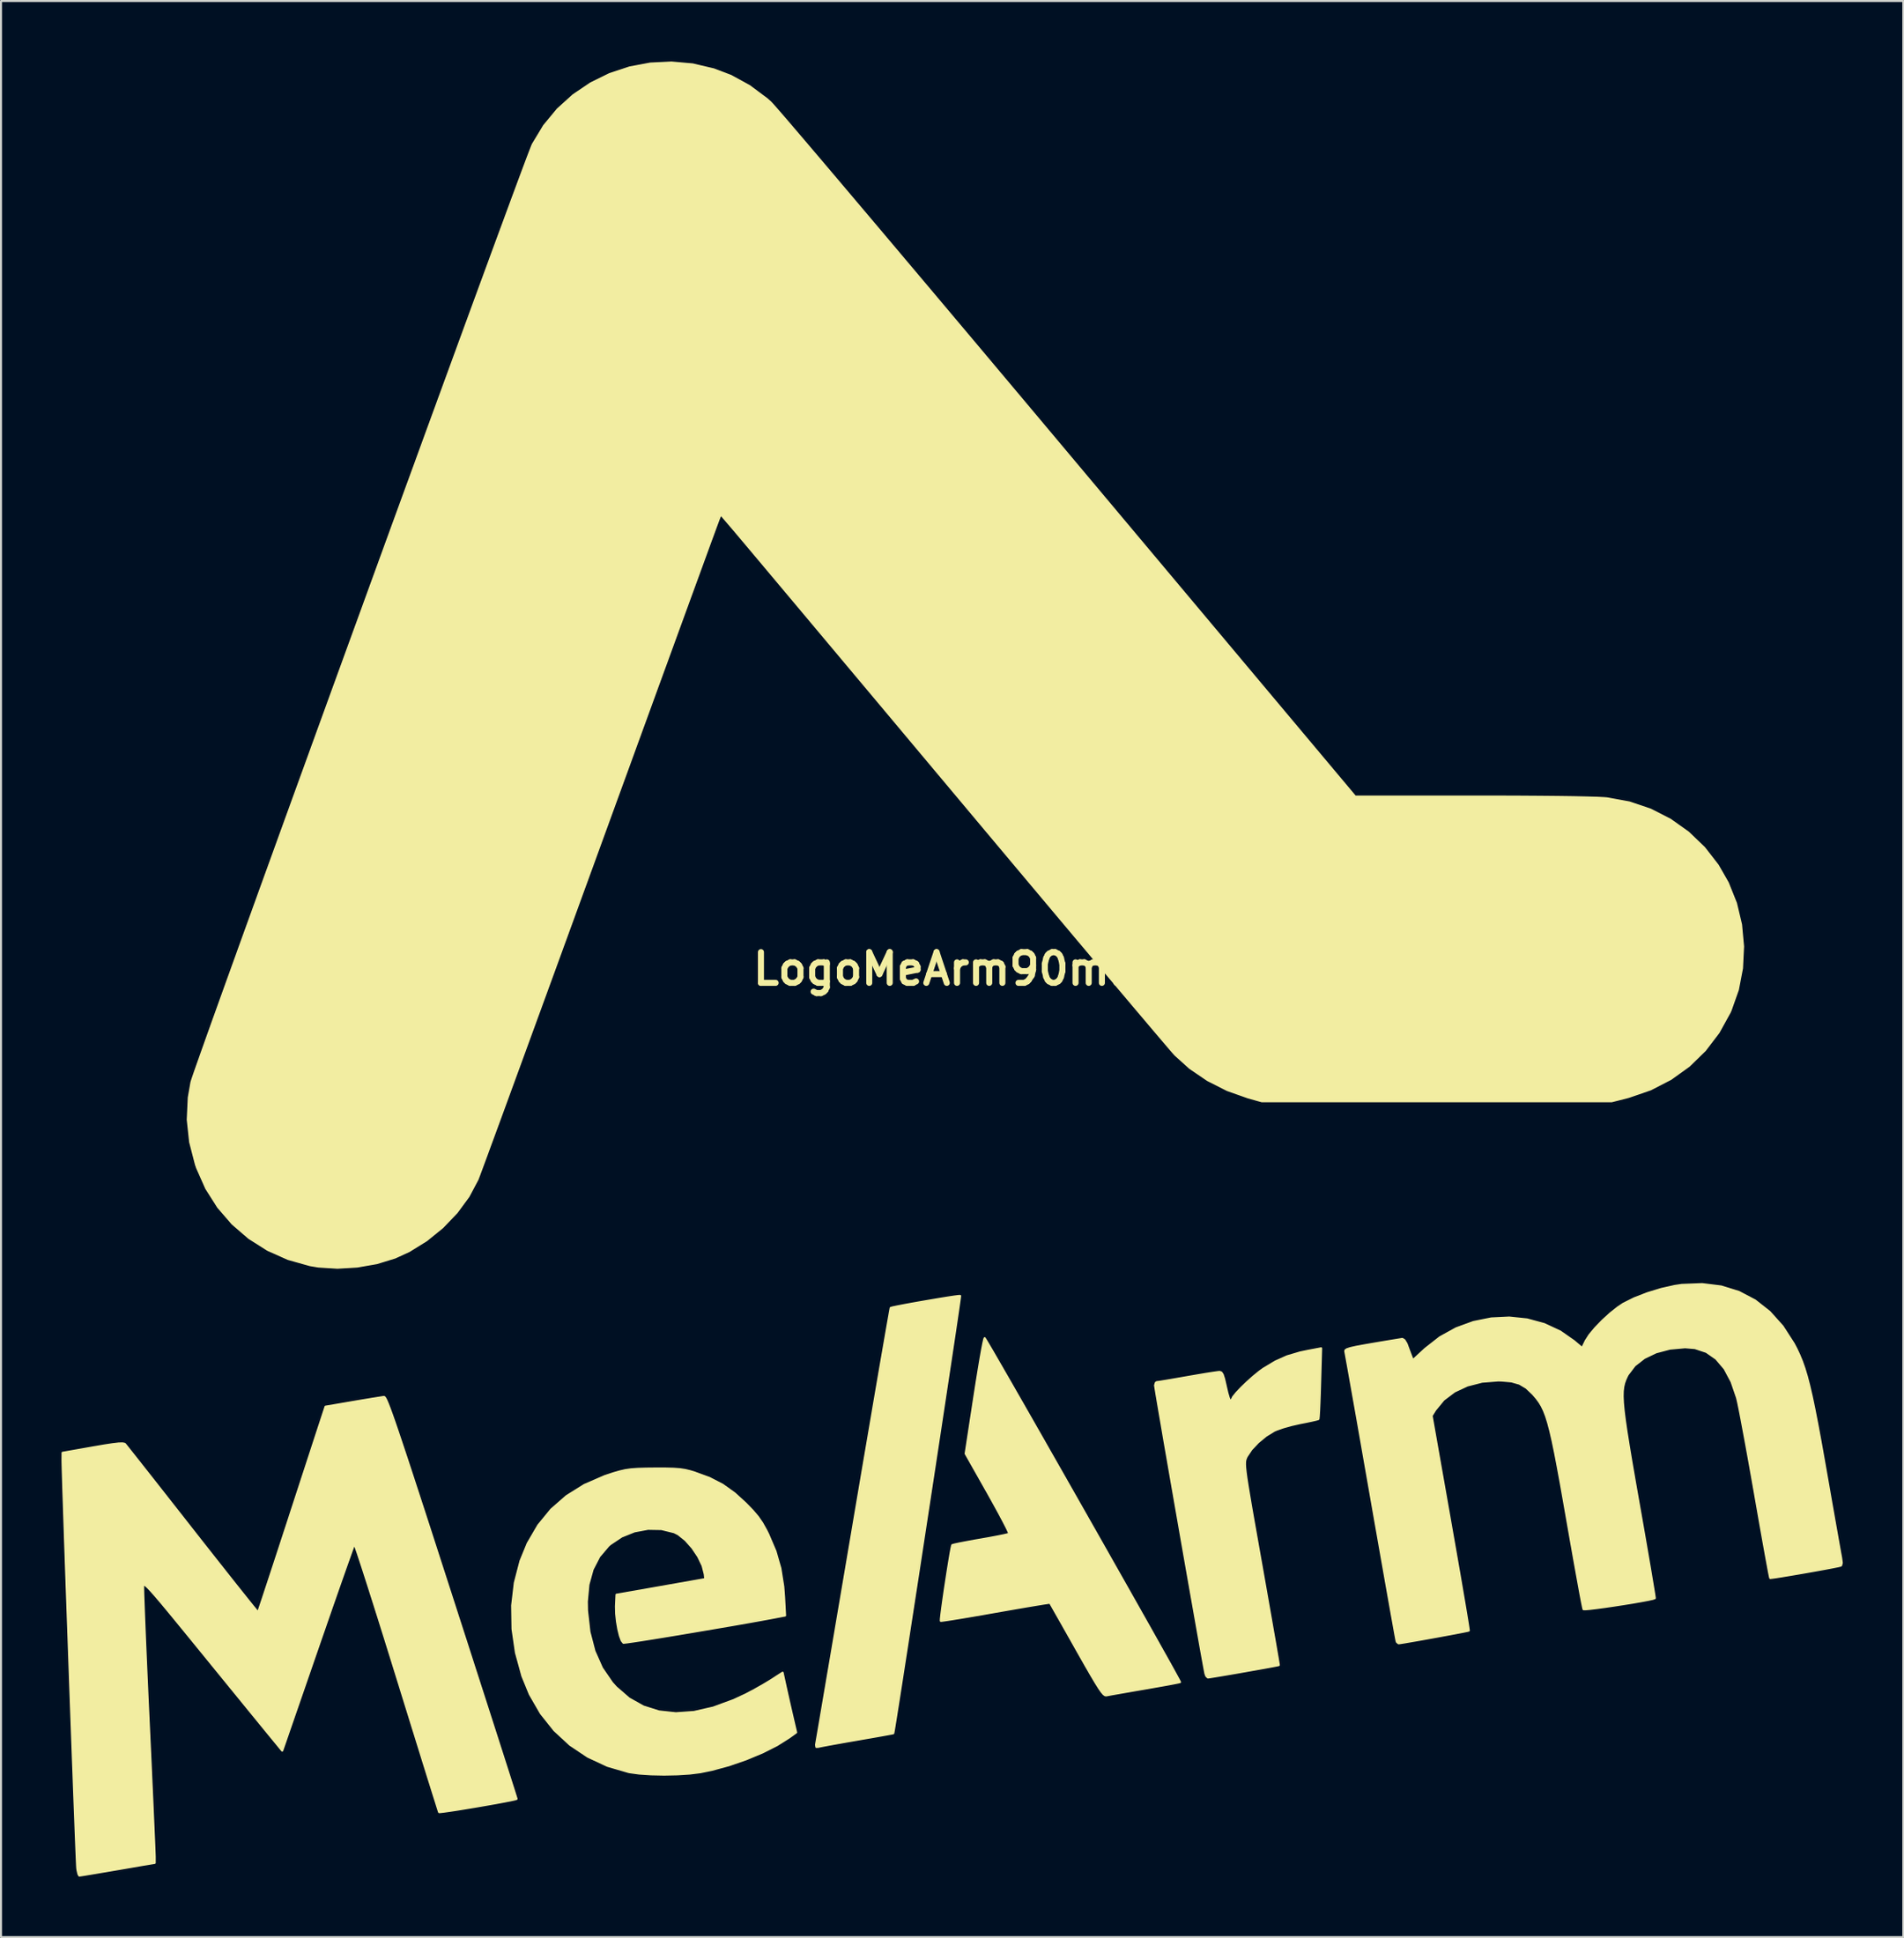
<source format=kicad_pcb>
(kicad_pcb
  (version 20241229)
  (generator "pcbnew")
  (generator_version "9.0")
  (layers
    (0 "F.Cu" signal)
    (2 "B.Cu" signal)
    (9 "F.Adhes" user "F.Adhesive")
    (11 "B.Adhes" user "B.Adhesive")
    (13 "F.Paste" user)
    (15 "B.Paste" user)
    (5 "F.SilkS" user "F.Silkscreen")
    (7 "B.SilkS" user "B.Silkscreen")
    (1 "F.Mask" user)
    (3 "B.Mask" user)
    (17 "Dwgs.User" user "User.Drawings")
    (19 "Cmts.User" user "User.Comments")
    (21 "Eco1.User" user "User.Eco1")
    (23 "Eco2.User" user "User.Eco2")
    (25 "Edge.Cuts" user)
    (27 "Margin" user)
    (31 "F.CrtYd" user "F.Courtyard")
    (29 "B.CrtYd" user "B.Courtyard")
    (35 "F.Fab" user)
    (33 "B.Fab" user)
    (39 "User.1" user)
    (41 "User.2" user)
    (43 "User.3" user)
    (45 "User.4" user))
  (footprint "LogoMeArm90mm"
    (layer "F.Cu")
    (at 44.164 45)
    (property "Reference" "LogoMeArm90mm" (at 0 0 0) (layer "F.SilkS") (effects (font (size 1.524 1.524) (thickness 0.3))))
    (attr through_hole)
    (fp_poly (pts (xy 0.408 16.213) (xy 0.399 16.298) (xy 0.366 16.538) (xy 0.311 16.922) (xy 0.235 17.437) (xy 0.141 18.071) (xy 0.03 18.813) (xy -0.096 19.649) (xy -0.235 20.569) (xy -0.385 21.56) (xy -0.544 22.61) (xy -0.711 23.707) (xy -0.883 24.839) (xy -1.059 25.994) (xy -1.237 27.16) (xy -1.416 28.325) (xy -1.592 29.476) (xy -1.765 30.603) (xy -1.933 31.693) (xy -2.093 32.733) (xy -2.244 33.713) (xy -2.385 34.619) (xy -2.512 35.439) (xy -2.625 36.163) (xy -2.722 36.777) (xy -2.8 37.27) (xy -2.858 37.629) (xy -2.895 37.844) (xy -2.907 37.902) (xy -2.99 37.92) (xy -3.217 37.962) (xy -3.561 38.024) (xy -3.999 38.102) (xy -4.505 38.19) (xy -4.699 38.224) (xy -5.235 38.317) (xy -5.72 38.403) (xy -6.127 38.477) (xy -6.43 38.534) (xy -6.602 38.569) (xy -6.624 38.575) (xy -6.724 38.579) (xy -6.74 38.478) (xy -6.725 38.381) (xy -6.705 38.269) (xy -6.658 38) (xy -6.587 37.585) (xy -6.493 37.034) (xy -6.378 36.356) (xy -6.243 35.562) (xy -6.09 34.663) (xy -5.92 33.667) (xy -5.737 32.587) (xy -5.54 31.431) (xy -5.333 30.21) (xy -5.117 28.935) (xy -4.893 27.614) (xy -4.872 27.491) (xy -4.648 26.171) (xy -4.432 24.898) (xy -4.225 23.682) (xy -4.028 22.532) (xy -3.845 21.458) (xy -3.676 20.471) (xy -3.523 19.58) (xy -3.387 18.795) (xy -3.271 18.126) (xy -3.177 17.584) (xy -3.105 17.177) (xy -3.058 16.916) (xy -3.037 16.811) (xy -3.036 16.809) (xy -2.943 16.782) (xy -2.714 16.734) (xy -2.381 16.669) (xy -1.974 16.594) (xy -1.522 16.514) (xy -1.057 16.434) (xy -0.609 16.358) (xy -0.208 16.293) (xy 0.116 16.244) (xy 0.331 16.216) (xy 0.408 16.213)) (stroke (width 0.1) (type solid)) (fill yes) (layer "F.SilkS"))
    (fp_poly (pts (xy 11.315 35.365) (xy 11.226 35.387) (xy 10.996 35.433) (xy 10.649 35.498) (xy 10.211 35.576) (xy 9.706 35.665) (xy 9.559 35.69) (xy 9.029 35.781) (xy 8.547 35.865) (xy 8.143 35.936) (xy 7.843 35.989) (xy 7.675 36.021) (xy 7.659 36.024) (xy 7.601 36.018) (xy 7.528 35.968) (xy 7.432 35.858) (xy 7.303 35.674) (xy 7.133 35.403) (xy 6.91 35.029) (xy 6.627 34.539) (xy 6.274 33.917) (xy 6.184 33.758) (xy 5.864 33.191) (xy 5.571 32.673) (xy 5.316 32.222) (xy 5.108 31.856) (xy 4.959 31.593) (xy 4.878 31.451) (xy 4.866 31.431) (xy 4.782 31.439) (xy 4.551 31.474) (xy 4.193 31.533) (xy 3.728 31.611) (xy 3.176 31.706) (xy 2.555 31.814) (xy 2.165 31.883) (xy 1.514 31.998) (xy 0.917 32.1) (xy 0.395 32.188) (xy -0.031 32.257) (xy -0.343 32.304) (xy -0.519 32.327) (xy -0.552 32.327) (xy -0.55 32.237) (xy -0.525 32.009) (xy -0.481 31.673) (xy -0.423 31.258) (xy -0.356 30.793) (xy -0.282 30.307) (xy -0.208 29.829) (xy -0.137 29.39) (xy -0.075 29.017) (xy -0.024 28.741) (xy 0.009 28.591) (xy 0.017 28.572) (xy 0.111 28.544) (xy 0.344 28.493) (xy 0.685 28.427) (xy 1.108 28.349) (xy 1.424 28.294) (xy 1.885 28.212) (xy 2.286 28.136) (xy 2.598 28.072) (xy 2.792 28.025) (xy 2.841 28.006) (xy 2.815 27.921) (xy 2.716 27.709) (xy 2.552 27.39) (xy 2.335 26.983) (xy 2.075 26.508) (xy 1.788 25.993) (xy 0.68 24.035) (xy 1.12 21.16) (xy 1.225 20.487) (xy 1.325 19.87) (xy 1.416 19.33) (xy 1.495 18.885) (xy 1.559 18.555) (xy 1.604 18.357) (xy 1.625 18.308) (xy 1.674 18.383) (xy 1.8 18.594) (xy 1.997 18.929) (xy 2.257 19.378) (xy 2.575 19.93) (xy 2.945 20.572) (xy 3.359 21.295) (xy 3.812 22.086) (xy 4.297 22.935) (xy 4.807 23.831) (xy 5.338 24.762) (xy 5.881 25.717) (xy 6.431 26.685) (xy 6.982 27.655) (xy 7.527 28.615) (xy 8.059 29.555) (xy 8.573 30.462) (xy 9.062 31.327) (xy 9.52 32.138) (xy 9.94 32.883) (xy 10.315 33.552) (xy 10.641 34.133) (xy 10.91 34.615) (xy 11.115 34.988) (xy 11.252 35.238) (xy 11.312 35.357) (xy 11.315 35.365)) (stroke (width 0.1) (type solid)) (fill yes) (layer "F.SilkS"))
    (fp_poly (pts (xy 18.314 18.811) (xy 18.264 20.548) (xy 18.248 21.072) (xy 18.23 21.536) (xy 18.213 21.914) (xy 18.196 22.182) (xy 18.182 22.311) (xy 18.179 22.319) (xy 18.086 22.349) (xy 17.863 22.401) (xy 17.547 22.468) (xy 17.283 22.519) (xy 16.861 22.614) (xy 16.447 22.73) (xy 16.105 22.849) (xy 15.979 22.904) (xy 15.577 23.153) (xy 15.186 23.477) (xy 14.852 23.832) (xy 14.624 24.174) (xy 14.605 24.214) (xy 14.576 24.283) (xy 14.553 24.356) (xy 14.54 24.446) (xy 14.537 24.567) (xy 14.546 24.732) (xy 14.57 24.953) (xy 14.609 25.245) (xy 14.667 25.62) (xy 14.745 26.092) (xy 14.844 26.675) (xy 14.967 27.38) (xy 15.116 28.222) (xy 15.291 29.214) (xy 15.345 29.517) (xy 15.503 30.412) (xy 15.652 31.257) (xy 15.789 32.035) (xy 15.911 32.734) (xy 16.017 33.338) (xy 16.102 33.834) (xy 16.166 34.205) (xy 16.204 34.439) (xy 16.216 34.521) (xy 16.134 34.54) (xy 15.914 34.582) (xy 15.587 34.643) (xy 15.183 34.715) (xy 14.732 34.795) (xy 14.263 34.878) (xy 13.806 34.957) (xy 13.391 35.027) (xy 13.048 35.084) (xy 12.808 35.123) (xy 12.699 35.137) (xy 12.698 35.137) (xy 12.619 35.065) (xy 12.574 34.946) (xy 12.547 34.808) (xy 12.494 34.522) (xy 12.418 34.103) (xy 12.321 33.565) (xy 12.207 32.923) (xy 12.078 32.193) (xy 11.936 31.39) (xy 11.784 30.527) (xy 11.625 29.621) (xy 11.461 28.686) (xy 11.295 27.737) (xy 11.129 26.789) (xy 10.967 25.857) (xy 10.81 24.956) (xy 10.662 24.101) (xy 10.524 23.307) (xy 10.401 22.588) (xy 10.293 21.96) (xy 10.204 21.437) (xy 10.136 21.035) (xy 10.093 20.768) (xy 10.075 20.651) (xy 10.075 20.649) (xy 10.114 20.517) (xy 10.162 20.489) (xy 10.27 20.475) (xy 10.516 20.436) (xy 10.87 20.377) (xy 11.304 20.302) (xy 11.684 20.235) (xy 12.166 20.152) (xy 12.599 20.079) (xy 12.95 20.024) (xy 13.189 19.99) (xy 13.278 19.981) (xy 13.362 20.009) (xy 13.432 20.113) (xy 13.5 20.323) (xy 13.58 20.668) (xy 13.587 20.701) (xy 13.662 21.024) (xy 13.735 21.272) (xy 13.794 21.407) (xy 13.811 21.421) (xy 13.885 21.361) (xy 13.885 21.35) (xy 13.947 21.225) (xy 14.112 21.02) (xy 14.354 20.765) (xy 14.643 20.486) (xy 14.952 20.211) (xy 15.252 19.966) (xy 15.451 19.823) (xy 16.043 19.467) (xy 16.624 19.208) (xy 17.264 19.018) (xy 17.656 18.936) (xy 18.314 18.811)) (stroke (width 0.1) (type solid)) (fill yes) (layer "F.SilkS"))
    (fp_poly (pts (xy -7.725 37.86) (xy -8.075 38.113) (xy -8.673 38.49) (xy -9.398 38.856) (xy -10.207 39.193) (xy -11.057 39.486) (xy -11.907 39.717) (xy -12.478 39.834) (xy -13.004 39.9) (xy -13.62 39.939) (xy -14.277 39.953) (xy -14.923 39.939) (xy -15.509 39.9) (xy -15.984 39.834) (xy -16.034 39.824) (xy -17.09 39.515) (xy -18.062 39.062) (xy -18.942 38.473) (xy -19.719 37.755) (xy -20.386 36.918) (xy -20.935 35.968) (xy -21.305 35.067) (xy -21.625 33.901) (xy -21.794 32.729) (xy -21.812 31.568) (xy -21.68 30.439) (xy -21.399 29.358) (xy -21.043 28.49) (xy -20.516 27.587) (xy -19.874 26.804) (xy -19.113 26.139) (xy -18.23 25.588) (xy -17.221 25.149) (xy -16.788 25.006) (xy -16.476 24.916) (xy -16.2 24.853) (xy -15.915 24.812) (xy -15.581 24.788) (xy -15.153 24.776) (xy -14.732 24.772) (xy -14.203 24.772) (xy -13.803 24.782) (xy -13.492 24.805) (xy -13.229 24.845) (xy -12.976 24.906) (xy -12.785 24.963) (xy -12.024 25.241) (xy -11.373 25.577) (xy -10.776 26.004) (xy -10.236 26.496) (xy -9.881 26.862) (xy -9.618 27.172) (xy -9.405 27.482) (xy -9.204 27.844) (xy -9.113 28.025) (xy -8.751 28.873) (xy -8.506 29.722) (xy -8.362 30.629) (xy -8.324 31.123) (xy -8.273 32.063) (xy -8.518 32.11) (xy -8.942 32.191) (xy -9.465 32.287) (xy -10.067 32.395) (xy -10.728 32.511) (xy -11.429 32.632) (xy -12.149 32.755) (xy -12.87 32.877) (xy -13.572 32.995) (xy -14.234 33.104) (xy -14.837 33.202) (xy -15.361 33.285) (xy -15.788 33.351) (xy -16.096 33.395) (xy -16.266 33.415) (xy -16.293 33.415) (xy -16.38 33.305) (xy -16.468 33.066) (xy -16.548 32.738) (xy -16.613 32.362) (xy -16.655 31.977) (xy -16.664 31.625) (xy -16.663 31.577) (xy -16.637 31.03) (xy -14.436 30.643) (xy -12.234 30.255) (xy -12.261 30.008) (xy -12.368 29.589) (xy -12.584 29.14) (xy -12.877 28.704) (xy -13.216 28.322) (xy -13.571 28.037) (xy -13.777 27.932) (xy -14.406 27.776) (xy -15.073 27.764) (xy -15.743 27.89) (xy -16.378 28.145) (xy -16.942 28.521) (xy -17.039 28.606) (xy -17.49 29.137) (xy -17.821 29.78) (xy -18.027 30.527) (xy -18.106 31.37) (xy -18.098 31.813) (xy -17.977 32.877) (xy -17.729 33.83) (xy -17.356 34.669) (xy -16.857 35.396) (xy -16.654 35.622) (xy -16.015 36.175) (xy -15.307 36.573) (xy -14.532 36.818) (xy -13.694 36.908) (xy -12.795 36.845) (xy -11.838 36.627) (xy -10.824 36.254) (xy -10.227 35.976) (xy -9.823 35.763) (xy -9.393 35.521) (xy -9.018 35.296) (xy -8.961 35.259) (xy -8.396 34.895) (xy -8.254 35.545) (xy -8.168 35.933) (xy -8.062 36.404) (xy -7.954 36.875) (xy -7.919 37.027) (xy -7.725 37.86)) (stroke (width 0.1) (type solid)) (fill yes) (layer "F.SilkS"))
    (fp_poly (pts (xy 39.242 -1.117) (xy 39.189 -0.032) (xy 38.984 1.03) (xy 38.624 2.048) (xy 38.577 2.153) (xy 38.026 3.15) (xy 37.348 4.038) (xy 36.554 4.81) (xy 35.652 5.457) (xy 34.652 5.972) (xy 33.564 6.347) (xy 33.469 6.372) (xy 32.724 6.562) (xy 24.045 6.561) (xy 15.367 6.561) (xy 14.69 6.37) (xy 13.66 6.005) (xy 12.689 5.514) (xy 11.808 4.915) (xy 11.083 4.262) (xy 10.98 4.147) (xy 10.775 3.909) (xy 10.472 3.554) (xy 10.077 3.089) (xy 9.596 2.521) (xy 9.034 1.857) (xy 8.397 1.102) (xy 7.69 0.264) (xy 6.92 -0.651) (xy 6.091 -1.636) (xy 5.21 -2.684) (xy 4.282 -3.789) (xy 3.312 -4.944) (xy 2.306 -6.143) (xy 1.269 -7.379) (xy 0.251 -8.594) (xy -0.813 -9.863) (xy -1.854 -11.105) (xy -2.866 -12.313) (xy -3.843 -13.479) (xy -4.781 -14.597) (xy -5.672 -15.66) (xy -6.512 -16.661) (xy -7.294 -17.594) (xy -8.013 -18.451) (xy -8.663 -19.225) (xy -9.238 -19.91) (xy -9.732 -20.499) (xy -10.141 -20.985) (xy -10.458 -21.362) (xy -10.676 -21.621) (xy -10.786 -21.751) (xy -11.467 -22.547) (xy -11.567 -22.301) (xy -11.605 -22.198) (xy -11.699 -21.944) (xy -11.845 -21.546) (xy -12.041 -21.012) (xy -12.283 -20.349) (xy -12.569 -19.565) (xy -12.897 -18.668) (xy -13.263 -17.666) (xy -13.664 -16.566) (xy -14.098 -15.375) (xy -14.563 -14.102) (xy -15.054 -12.754) (xy -15.57 -11.339) (xy -16.107 -9.864) (xy -16.664 -8.337) (xy -17.236 -6.766) (xy -17.511 -6.011) (xy -18.091 -4.419) (xy -18.657 -2.867) (xy -19.206 -1.361) (xy -19.735 0.09) (xy -20.242 1.478) (xy -20.724 2.797) (xy -21.177 4.037) (xy -21.599 5.191) (xy -21.987 6.252) (xy -22.338 7.211) (xy -22.65 8.061) (xy -22.92 8.795) (xy -23.144 9.404) (xy -23.32 9.88) (xy -23.445 10.217) (xy -23.516 10.405) (xy -23.53 10.44) (xy -23.975 11.278) (xy -24.562 12.076) (xy -25.265 12.81) (xy -26.059 13.455) (xy -26.917 13.987) (xy -27.624 14.311) (xy -28.525 14.588) (xy -29.494 14.758) (xy -30.477 14.816) (xy -31.421 14.757) (xy -31.835 14.688) (xy -32.924 14.381) (xy -33.937 13.93) (xy -34.861 13.344) (xy -35.685 12.634) (xy -36.397 11.81) (xy -36.986 10.881) (xy -37.44 9.859) (xy -37.497 9.693) (xy -37.784 8.582) (xy -37.902 7.476) (xy -37.851 6.374) (xy -37.717 5.612) (xy -37.676 5.481) (xy -37.58 5.199) (xy -37.431 4.773) (xy -37.232 4.212) (xy -36.987 3.523) (xy -36.698 2.713) (xy -36.367 1.792) (xy -35.998 0.765) (xy -35.593 -0.358) (xy -35.156 -1.57) (xy -34.688 -2.864) (xy -34.194 -4.231) (xy -33.675 -5.663) (xy -33.135 -7.154) (xy -32.576 -8.695) (xy -32.001 -10.278) (xy -31.414 -11.895) (xy -30.816 -13.54) (xy -30.211 -15.204) (xy -29.601 -16.879) (xy -28.99 -18.557) (xy -28.381 -20.231) (xy -27.775 -21.894) (xy -27.176 -23.536) (xy -26.586 -25.151) (xy -26.01 -26.73) (xy -25.448 -28.267) (xy -24.905 -29.752) (xy -24.383 -31.179) (xy -23.885 -32.539) (xy -23.413 -33.825) (xy -22.971 -35.029) (xy -22.561 -36.144) (xy -22.186 -37.16) (xy -21.85 -38.072) (xy -21.554 -38.87) (xy -21.302 -39.548) (xy -21.096 -40.097) (xy -20.939 -40.509) (xy -20.835 -40.777) (xy -20.788 -40.89) (xy -20.231 -41.814) (xy -19.556 -42.63) (xy -18.778 -43.333) (xy -17.914 -43.916) (xy -16.979 -44.376) (xy -15.989 -44.705) (xy -14.961 -44.898) (xy -13.911 -44.95) (xy -12.855 -44.856) (xy -11.808 -44.609) (xy -10.962 -44.286) (xy -10.04 -43.781) (xy -9.174 -43.135) (xy -8.997 -42.977) (xy -8.902 -42.875) (xy -8.703 -42.649) (xy -8.404 -42.305) (xy -8.011 -41.847) (xy -7.528 -41.281) (xy -6.96 -40.614) (xy -6.311 -39.85) (xy -5.587 -38.995) (xy -4.791 -38.054) (xy -3.928 -37.034) (xy -3.004 -35.939) (xy -2.023 -34.776) (xy -0.989 -33.55) (xy 0.092 -32.266) (xy 1.217 -30.93) (xy 2.379 -29.547) (xy 3.576 -28.123) (xy 4.801 -26.664) (xy 5.737 -25.549) (xy 20 -8.551) (xy 25.836 -8.551) (xy 27.038 -8.55) (xy 28.15 -8.546) (xy 29.162 -8.539) (xy 30.064 -8.53) (xy 30.845 -8.519) (xy 31.495 -8.505) (xy 32.002 -8.49) (xy 32.358 -8.472) (xy 32.494 -8.461) (xy 33.604 -8.257) (xy 34.654 -7.901) (xy 35.631 -7.402) (xy 36.521 -6.769) (xy 37.311 -6.012) (xy 37.988 -5.14) (xy 38.483 -4.276) (xy 38.889 -3.262) (xy 39.142 -2.201) (xy 39.242 -1.117)) (stroke (width 0.1) (type solid)) (fill yes) (layer "F.SilkS"))
    (fp_poly (pts (xy -21.591 41.156) (xy -21.67 41.182) (xy -21.887 41.23) (xy -22.215 41.293) (xy -22.625 41.369) (xy -23.088 41.451) (xy -23.575 41.535) (xy -24.06 41.616) (xy -24.512 41.69) (xy -24.904 41.75) (xy -25.206 41.793) (xy -25.392 41.814) (xy -25.436 41.812) (xy -25.464 41.729) (xy -25.538 41.495) (xy -25.655 41.124) (xy -25.811 40.628) (xy -26.002 40.017) (xy -26.224 39.305) (xy -26.473 38.503) (xy -26.747 37.623) (xy -27.04 36.677) (xy -27.35 35.678) (xy -27.524 35.118) (xy -27.841 34.097) (xy -28.144 33.125) (xy -28.43 32.214) (xy -28.695 31.375) (xy -28.935 30.621) (xy -29.146 29.964) (xy -29.325 29.415) (xy -29.467 28.985) (xy -29.57 28.688) (xy -29.628 28.533) (xy -29.64 28.514) (xy -29.676 28.603) (xy -29.763 28.838) (xy -29.894 29.206) (xy -30.067 29.693) (xy -30.276 30.285) (xy -30.516 30.97) (xy -30.782 31.732) (xy -31.069 32.56) (xy -31.374 33.438) (xy -31.454 33.67) (xy -33.216 38.765) (xy -33.859 37.981) (xy -34.04 37.76) (xy -34.314 37.424) (xy -34.67 36.989) (xy -35.092 36.471) (xy -35.569 35.886) (xy -36.087 35.251) (xy -36.633 34.581) (xy -37.193 33.893) (xy -37.296 33.767) (xy -37.915 33.008) (xy -38.436 32.371) (xy -38.867 31.847) (xy -39.217 31.426) (xy -39.495 31.099) (xy -39.709 30.856) (xy -39.867 30.688) (xy -39.977 30.585) (xy -40.049 30.537) (xy -40.091 30.536) (xy -40.11 30.572) (xy -40.114 30.599) (xy -40.114 30.724) (xy -40.107 31.005) (xy -40.092 31.427) (xy -40.071 31.978) (xy -40.045 32.642) (xy -40.013 33.408) (xy -39.976 34.26) (xy -39.935 35.185) (xy -39.891 36.17) (xy -39.843 37.201) (xy -39.839 37.292) (xy -39.791 38.327) (xy -39.745 39.319) (xy -39.703 40.253) (xy -39.663 41.116) (xy -39.629 41.894) (xy -39.599 42.572) (xy -39.574 43.138) (xy -39.556 43.578) (xy -39.544 43.876) (xy -39.539 44.021) (xy -39.539 44.025) (xy -39.539 44.328) (xy -41.381 44.645) (xy -41.919 44.737) (xy -42.401 44.818) (xy -42.801 44.885) (xy -43.095 44.933) (xy -43.257 44.957) (xy -43.281 44.96) (xy -43.325 44.883) (xy -43.369 44.693) (xy -43.383 44.598) (xy -43.391 44.474) (xy -43.404 44.193) (xy -43.422 43.77) (xy -43.445 43.216) (xy -43.471 42.544) (xy -43.501 41.769) (xy -43.535 40.902) (xy -43.57 39.957) (xy -43.608 38.946) (xy -43.647 37.884) (xy -43.688 36.782) (xy -43.729 35.653) (xy -43.77 34.511) (xy -43.811 33.369) (xy -43.852 32.24) (xy -43.891 31.136) (xy -43.929 30.071) (xy -43.964 29.057) (xy -43.997 28.108) (xy -44.026 27.237) (xy -44.052 26.456) (xy -44.075 25.778) (xy -44.092 25.218) (xy -44.105 24.787) (xy -44.112 24.498) (xy -44.114 24.379) (xy -44.111 23.992) (xy -42.608 23.726) (xy -42.041 23.629) (xy -41.62 23.564) (xy -41.325 23.53) (xy -41.136 23.525) (xy -41.034 23.546) (xy -41.013 23.562) (xy -40.945 23.645) (xy -40.783 23.85) (xy -40.534 24.165) (xy -40.208 24.577) (xy -39.815 25.076) (xy -39.363 25.65) (xy -38.863 26.287) (xy -38.322 26.975) (xy -37.751 27.703) (xy -37.679 27.795) (xy -37.107 28.523) (xy -36.566 29.209) (xy -36.066 29.842) (xy -35.616 30.411) (xy -35.223 30.904) (xy -34.898 31.311) (xy -34.649 31.621) (xy -34.484 31.82) (xy -34.414 31.9) (xy -34.413 31.901) (xy -34.382 31.818) (xy -34.305 31.589) (xy -34.185 31.23) (xy -34.028 30.754) (xy -33.838 30.178) (xy -33.62 29.515) (xy -33.38 28.783) (xy -33.123 27.994) (xy -33.022 27.686) (xy -32.748 26.845) (xy -32.48 26.024) (xy -32.226 25.245) (xy -31.991 24.525) (xy -31.782 23.885) (xy -31.605 23.343) (xy -31.467 22.92) (xy -31.374 22.635) (xy -31.362 22.6) (xy -31.069 21.705) (xy -29.695 21.47) (xy -29.223 21.39) (xy -28.801 21.32) (xy -28.462 21.266) (xy -28.237 21.231) (xy -28.167 21.222) (xy -28.138 21.238) (xy -28.099 21.293) (xy -28.046 21.397) (xy -27.978 21.557) (xy -27.89 21.781) (xy -27.782 22.077) (xy -27.65 22.452) (xy -27.491 22.916) (xy -27.303 23.475) (xy -27.082 24.138) (xy -26.827 24.913) (xy -26.535 25.807) (xy -26.202 26.828) (xy -25.827 27.985) (xy -25.407 29.285) (xy -24.938 30.737) (xy -24.802 31.157) (xy -24.398 32.41) (xy -24.008 33.618) (xy -23.637 34.772) (xy -23.286 35.861) (xy -22.959 36.876) (xy -22.66 37.807) (xy -22.391 38.645) (xy -22.156 39.379) (xy -21.957 40) (xy -21.798 40.498) (xy -21.682 40.863) (xy -21.612 41.085) (xy -21.591 41.156)) (stroke (width 0.1) (type solid)) (fill yes) (layer "F.SilkS"))
    (fp_poly (pts (xy 44.139 29.453) (xy 44.106 29.577) (xy 44.081 29.591) (xy 43.938 29.625) (xy 43.67 29.679) (xy 43.307 29.748) (xy 42.879 29.826) (xy 42.417 29.908) (xy 41.95 29.989) (xy 41.508 30.064) (xy 41.121 30.128) (xy 40.819 30.175) (xy 40.633 30.199) (xy 40.587 30.201) (xy 40.566 30.113) (xy 40.519 29.875) (xy 40.45 29.502) (xy 40.36 29.01) (xy 40.253 28.415) (xy 40.131 27.733) (xy 39.999 26.981) (xy 39.857 26.174) (xy 39.832 26.027) (xy 39.684 25.187) (xy 39.54 24.379) (xy 39.403 23.622) (xy 39.276 22.936) (xy 39.163 22.338) (xy 39.068 21.849) (xy 38.994 21.488) (xy 38.944 21.274) (xy 38.943 21.267) (xy 38.669 20.468) (xy 38.324 19.822) (xy 37.906 19.329) (xy 37.416 18.988) (xy 36.853 18.801) (xy 36.364 18.761) (xy 35.612 18.829) (xy 34.931 19.009) (xy 34.344 19.29) (xy 33.867 19.662) (xy 33.522 20.116) (xy 33.477 20.202) (xy 33.403 20.367) (xy 33.343 20.536) (xy 33.3 20.722) (xy 33.275 20.938) (xy 33.269 21.198) (xy 33.283 21.515) (xy 33.319 21.904) (xy 33.378 22.377) (xy 33.461 22.948) (xy 33.57 23.631) (xy 33.705 24.439) (xy 33.868 25.385) (xy 34.061 26.483) (xy 34.077 26.575) (xy 34.228 27.435) (xy 34.369 28.243) (xy 34.497 28.985) (xy 34.611 29.646) (xy 34.706 30.21) (xy 34.781 30.661) (xy 34.834 30.986) (xy 34.861 31.169) (xy 34.863 31.205) (xy 34.762 31.239) (xy 34.526 31.291) (xy 34.186 31.354) (xy 33.772 31.426) (xy 33.314 31.5) (xy 32.842 31.573) (xy 32.386 31.64) (xy 31.976 31.695) (xy 31.643 31.735) (xy 31.417 31.755) (xy 31.327 31.751) (xy 31.303 31.653) (xy 31.253 31.405) (xy 31.18 31.023) (xy 31.088 30.524) (xy 30.979 29.924) (xy 30.856 29.239) (xy 30.723 28.486) (xy 30.582 27.682) (xy 30.572 27.624) (xy 30.375 26.5) (xy 30.203 25.53) (xy 30.05 24.699) (xy 29.915 23.995) (xy 29.793 23.404) (xy 29.68 22.913) (xy 29.573 22.507) (xy 29.469 22.174) (xy 29.363 21.899) (xy 29.252 21.67) (xy 29.132 21.473) (xy 29.001 21.294) (xy 28.853 21.12) (xy 28.818 21.08) (xy 28.493 20.771) (xy 28.153 20.568) (xy 27.751 20.453) (xy 27.243 20.409) (xy 27.088 20.407) (xy 26.295 20.47) (xy 25.568 20.656) (xy 24.925 20.957) (xy 24.387 21.363) (xy 23.975 21.864) (xy 23.964 21.88) (xy 23.795 22.155) (xy 24.731 27.468) (xy 24.893 28.393) (xy 25.046 29.268) (xy 25.187 30.079) (xy 25.312 30.811) (xy 25.421 31.45) (xy 25.511 31.983) (xy 25.579 32.396) (xy 25.622 32.673) (xy 25.639 32.802) (xy 25.639 32.809) (xy 25.553 32.831) (xy 25.33 32.876) (xy 25.001 32.939) (xy 24.596 33.015) (xy 24.144 33.098) (xy 23.677 33.183) (xy 23.223 33.264) (xy 22.813 33.336) (xy 22.478 33.394) (xy 22.247 33.431) (xy 22.154 33.443) (xy 22.074 33.377) (xy 22.057 33.337) (xy 22.037 33.24) (xy 21.99 32.988) (xy 21.919 32.593) (xy 21.825 32.07) (xy 21.711 31.428) (xy 21.579 30.682) (xy 21.431 29.843) (xy 21.269 28.924) (xy 21.095 27.938) (xy 20.912 26.895) (xy 20.784 26.162) (xy 20.596 25.088) (xy 20.416 24.061) (xy 20.246 23.093) (xy 20.088 22.196) (xy 19.944 21.383) (xy 19.817 20.667) (xy 19.709 20.058) (xy 19.622 19.572) (xy 19.558 19.218) (xy 19.52 19.011) (xy 19.51 18.96) (xy 19.52 18.905) (xy 19.599 18.854) (xy 19.767 18.8) (xy 20.045 18.738) (xy 20.454 18.662) (xy 20.848 18.594) (xy 21.318 18.514) (xy 21.733 18.445) (xy 22.063 18.39) (xy 22.278 18.355) (xy 22.342 18.345) (xy 22.443 18.407) (xy 22.547 18.578) (xy 22.566 18.627) (xy 22.668 18.903) (xy 22.765 19.158) (xy 22.767 19.163) (xy 22.861 19.403) (xy 23.467 18.843) (xy 24.203 18.266) (xy 25.01 17.82) (xy 25.867 17.508) (xy 26.752 17.33) (xy 27.646 17.286) (xy 28.528 17.379) (xy 29.376 17.609) (xy 30.17 17.977) (xy 30.85 18.452) (xy 31.262 18.798) (xy 31.438 18.437) (xy 31.622 18.15) (xy 31.91 17.804) (xy 32.265 17.437) (xy 32.651 17.084) (xy 33.032 16.781) (xy 33.299 16.603) (xy 33.841 16.332) (xy 34.489 16.081) (xy 35.182 15.869) (xy 35.856 15.718) (xy 36.203 15.667) (xy 37.213 15.628) (xy 38.158 15.745) (xy 39.034 16.016) (xy 39.836 16.437) (xy 40.559 17.006) (xy 41.2 17.721) (xy 41.754 18.579) (xy 41.89 18.838) (xy 42.03 19.136) (xy 42.16 19.451) (xy 42.283 19.799) (xy 42.403 20.197) (xy 42.524 20.66) (xy 42.65 21.204) (xy 42.785 21.847) (xy 42.932 22.603) (xy 43.096 23.49) (xy 43.279 24.522) (xy 43.344 24.892) (xy 43.486 25.7) (xy 43.62 26.468) (xy 43.745 27.177) (xy 43.857 27.81) (xy 43.952 28.346) (xy 44.027 28.77) (xy 44.08 29.061) (xy 44.105 29.195) (xy 44.139 29.453)) (stroke (width 0.1) (type solid)) (fill yes) (layer "F.SilkS")))
  (gr_rect
    (start -3 -3)
    (end 91.352 93.01)
    (stroke (width 0.1) (type default))
    (fill no)
    (layer "Edge.Cuts")))
</source>
